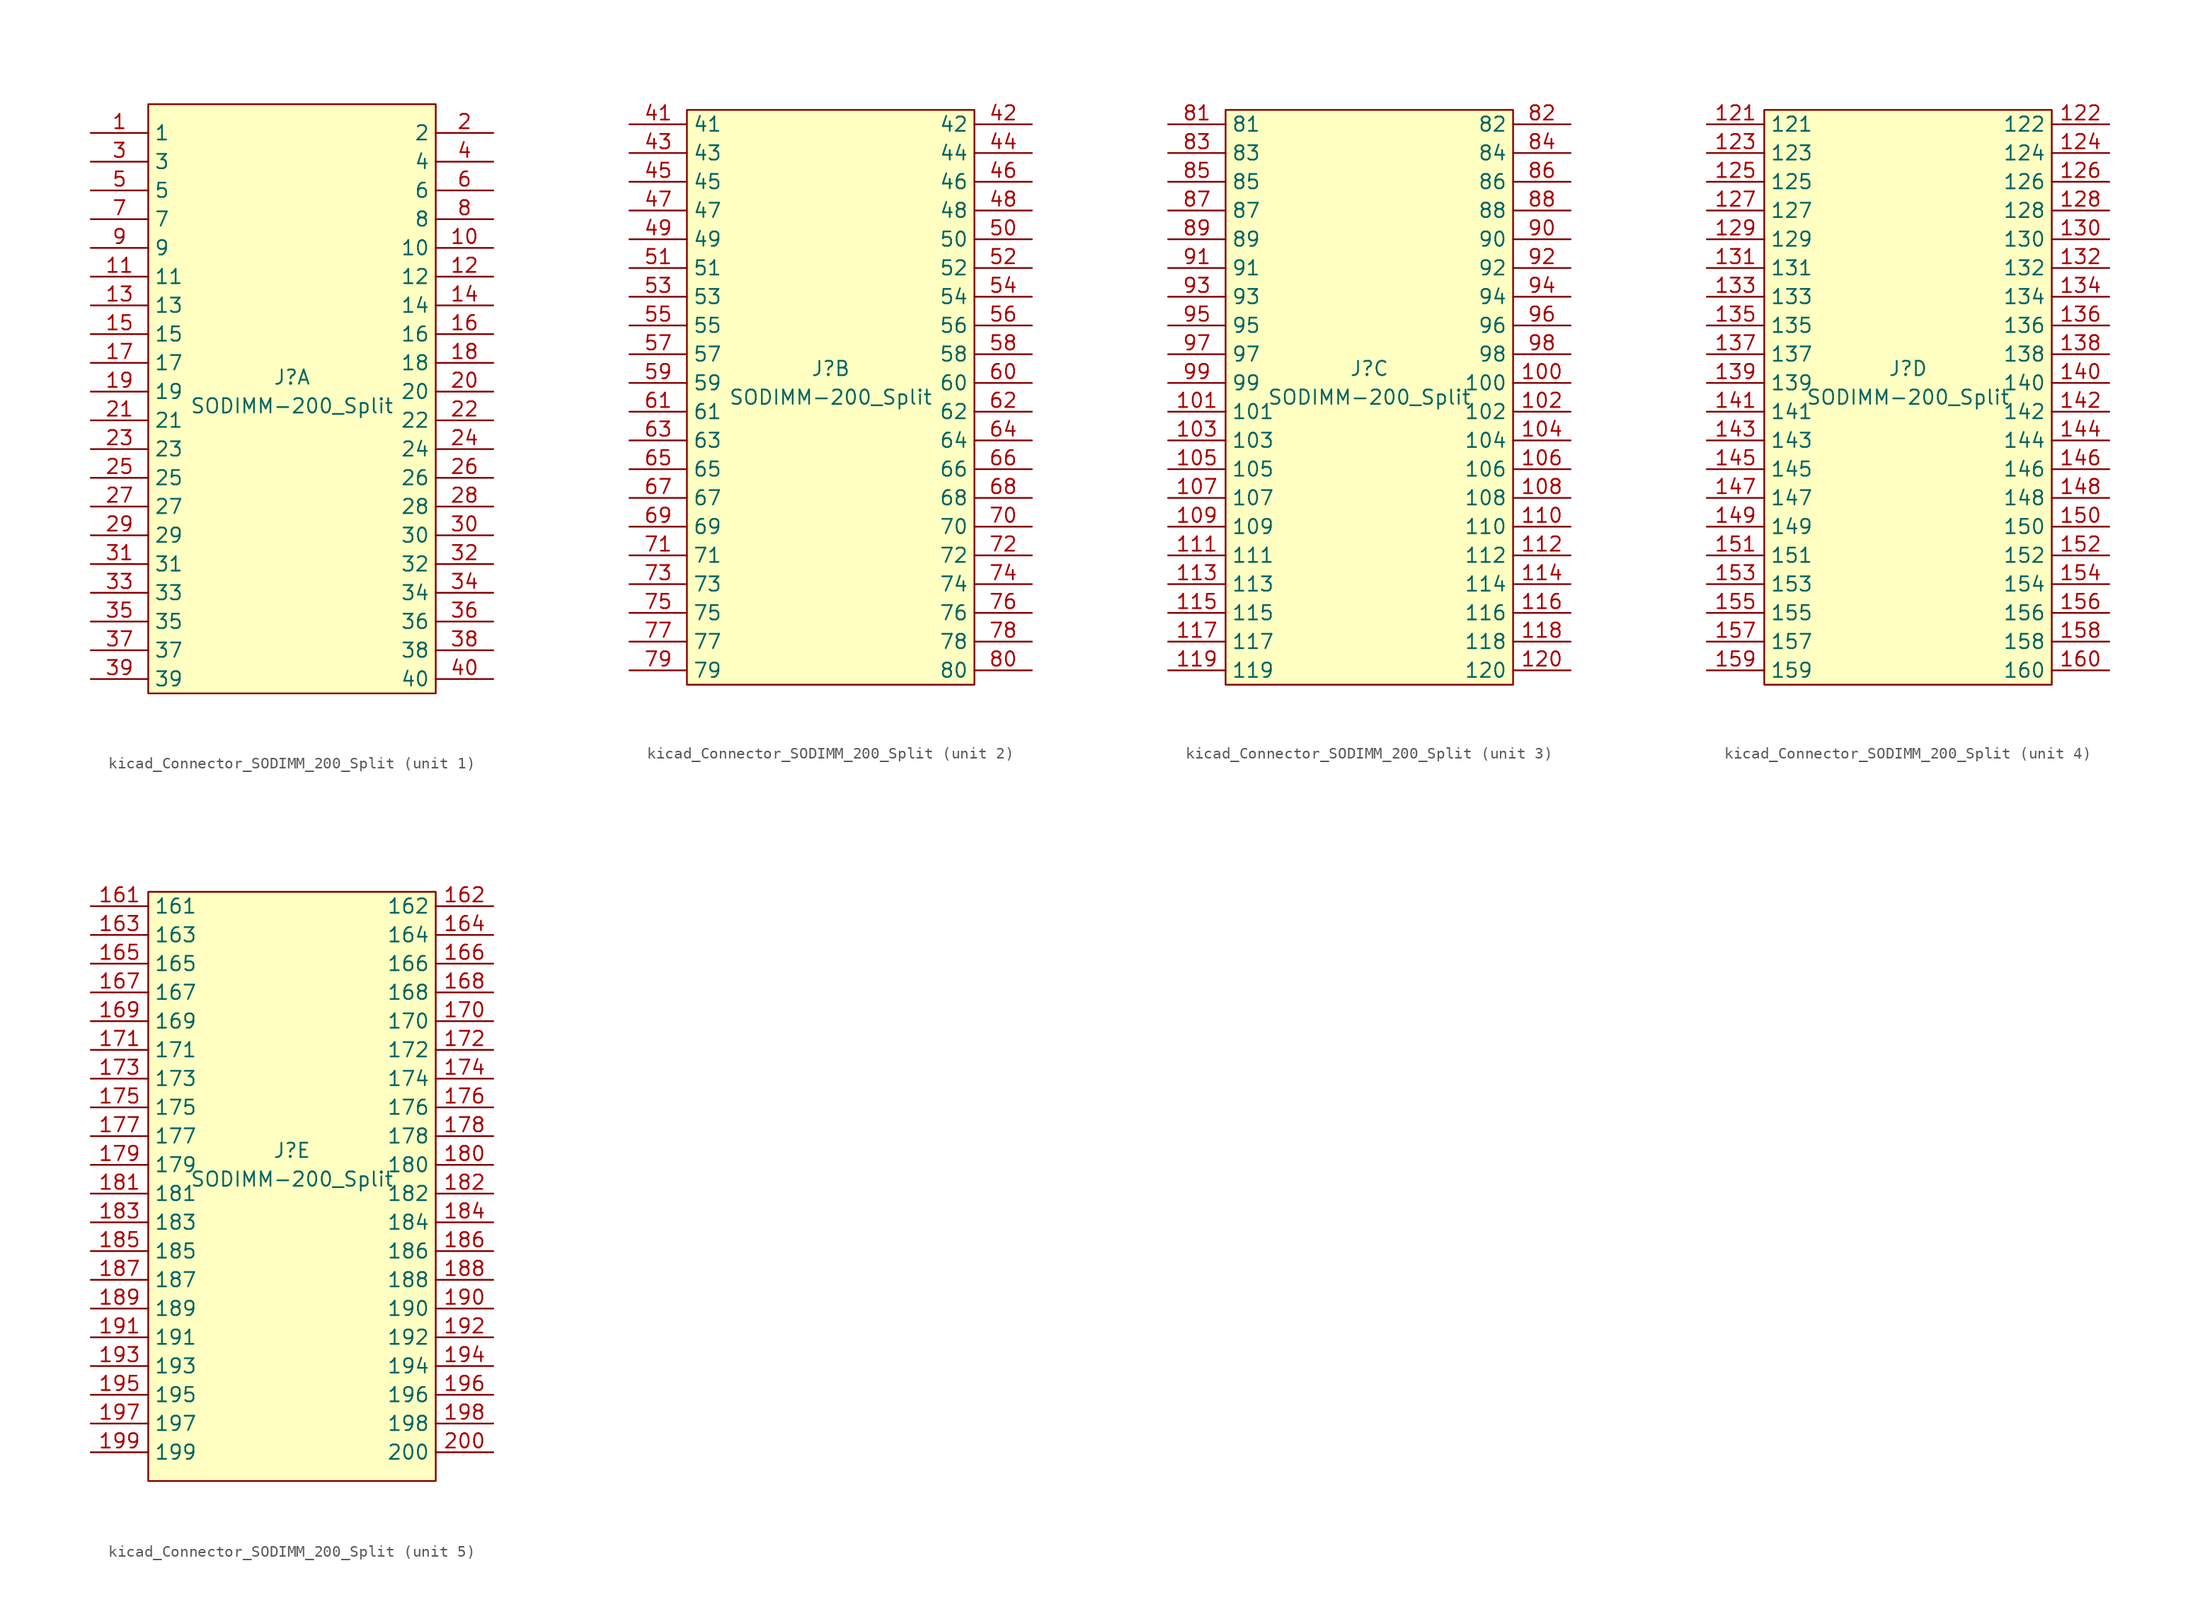
<source format=kicad_sym>
(kicad_symbol_lib
  (version 20220914)
  (generator kicad_symbol_editor)
  (symbol "kicad_Connector_SODIMM_200_Split"
    (property "Reference" "J"
      (at 0 1.27 0)
      (effects (font (size 1.27 1.27))))
    (property "Value" "SODIMM-200_Split"
      (at 0 -1.27 0)
      (effects (font (size 1.27 1.27))))
    (property "ki_locked" ""
      (at 0 0 0)
      (effects (font (size 1.27 1.27))))
    (symbol "kicad_Connector_SODIMM_200_Split_1_1"
      (rectangle (start -12.7 25.4) (end 12.7 -26.67) (stroke (width 0) (type default)) (fill (type background)))
      (pin passive line (at -17.78 22.86 0) (length 5.08) (name "1" (effects (font (size 1.27 1.27)))) (number "1" (effects (font (size 1.27 1.27)))))
      (pin passive line (at 17.78 12.7 180) (length 5.08) (name "10" (effects (font (size 1.27 1.27)))) (number "10" (effects (font (size 1.27 1.27)))))
      (pin passive line (at -17.78 10.16 0) (length 5.08) (name "11" (effects (font (size 1.27 1.27)))) (number "11" (effects (font (size 1.27 1.27)))))
      (pin passive line (at 17.78 10.16 180) (length 5.08) (name "12" (effects (font (size 1.27 1.27)))) (number "12" (effects (font (size 1.27 1.27)))))
      (pin passive line (at -17.78 7.62 0) (length 5.08) (name "13" (effects (font (size 1.27 1.27)))) (number "13" (effects (font (size 1.27 1.27)))))
      (pin passive line (at 17.78 7.62 180) (length 5.08) (name "14" (effects (font (size 1.27 1.27)))) (number "14" (effects (font (size 1.27 1.27)))))
      (pin passive line (at -17.78 5.08 0) (length 5.08) (name "15" (effects (font (size 1.27 1.27)))) (number "15" (effects (font (size 1.27 1.27)))))
      (pin passive line (at 17.78 5.08 180) (length 5.08) (name "16" (effects (font (size 1.27 1.27)))) (number "16" (effects (font (size 1.27 1.27)))))
      (pin passive line (at -17.78 2.54 0) (length 5.08) (name "17" (effects (font (size 1.27 1.27)))) (number "17" (effects (font (size 1.27 1.27)))))
      (pin passive line (at 17.78 2.54 180) (length 5.08) (name "18" (effects (font (size 1.27 1.27)))) (number "18" (effects (font (size 1.27 1.27)))))
      (pin passive line (at -17.78 0 0) (length 5.08) (name "19" (effects (font (size 1.27 1.27)))) (number "19" (effects (font (size 1.27 1.27)))))
      (pin passive line (at 17.78 22.86 180) (length 5.08) (name "2" (effects (font (size 1.27 1.27)))) (number "2" (effects (font (size 1.27 1.27)))))
      (pin passive line (at 17.78 0 180) (length 5.08) (name "20" (effects (font (size 1.27 1.27)))) (number "20" (effects (font (size 1.27 1.27)))))
      (pin passive line (at -17.78 -2.54 0) (length 5.08) (name "21" (effects (font (size 1.27 1.27)))) (number "21" (effects (font (size 1.27 1.27)))))
      (pin passive line (at 17.78 -2.54 180) (length 5.08) (name "22" (effects (font (size 1.27 1.27)))) (number "22" (effects (font (size 1.27 1.27)))))
      (pin passive line (at -17.78 -5.08 0) (length 5.08) (name "23" (effects (font (size 1.27 1.27)))) (number "23" (effects (font (size 1.27 1.27)))))
      (pin passive line (at 17.78 -5.08 180) (length 5.08) (name "24" (effects (font (size 1.27 1.27)))) (number "24" (effects (font (size 1.27 1.27)))))
      (pin passive line (at -17.78 -7.62 0) (length 5.08) (name "25" (effects (font (size 1.27 1.27)))) (number "25" (effects (font (size 1.27 1.27)))))
      (pin passive line (at 17.78 -7.62 180) (length 5.08) (name "26" (effects (font (size 1.27 1.27)))) (number "26" (effects (font (size 1.27 1.27)))))
      (pin passive line (at -17.78 -10.16 0) (length 5.08) (name "27" (effects (font (size 1.27 1.27)))) (number "27" (effects (font (size 1.27 1.27)))))
      (pin passive line (at 17.78 -10.16 180) (length 5.08) (name "28" (effects (font (size 1.27 1.27)))) (number "28" (effects (font (size 1.27 1.27)))))
      (pin passive line (at -17.78 -12.7 0) (length 5.08) (name "29" (effects (font (size 1.27 1.27)))) (number "29" (effects (font (size 1.27 1.27)))))
      (pin passive line (at -17.78 20.32 0) (length 5.08) (name "3" (effects (font (size 1.27 1.27)))) (number "3" (effects (font (size 1.27 1.27)))))
      (pin passive line (at 17.78 -12.7 180) (length 5.08) (name "30" (effects (font (size 1.27 1.27)))) (number "30" (effects (font (size 1.27 1.27)))))
      (pin passive line (at -17.78 -15.24 0) (length 5.08) (name "31" (effects (font (size 1.27 1.27)))) (number "31" (effects (font (size 1.27 1.27)))))
      (pin passive line (at 17.78 -15.24 180) (length 5.08) (name "32" (effects (font (size 1.27 1.27)))) (number "32" (effects (font (size 1.27 1.27)))))
      (pin passive line (at -17.78 -17.78 0) (length 5.08) (name "33" (effects (font (size 1.27 1.27)))) (number "33" (effects (font (size 1.27 1.27)))))
      (pin passive line (at 17.78 -17.78 180) (length 5.08) (name "34" (effects (font (size 1.27 1.27)))) (number "34" (effects (font (size 1.27 1.27)))))
      (pin passive line (at -17.78 -20.32 0) (length 5.08) (name "35" (effects (font (size 1.27 1.27)))) (number "35" (effects (font (size 1.27 1.27)))))
      (pin passive line (at 17.78 -20.32 180) (length 5.08) (name "36" (effects (font (size 1.27 1.27)))) (number "36" (effects (font (size 1.27 1.27)))))
      (pin passive line (at -17.78 -22.86 0) (length 5.08) (name "37" (effects (font (size 1.27 1.27)))) (number "37" (effects (font (size 1.27 1.27)))))
      (pin passive line (at 17.78 -22.86 180) (length 5.08) (name "38" (effects (font (size 1.27 1.27)))) (number "38" (effects (font (size 1.27 1.27)))))
      (pin passive line (at -17.78 -25.4 0) (length 5.08) (name "39" (effects (font (size 1.27 1.27)))) (number "39" (effects (font (size 1.27 1.27)))))
      (pin passive line (at 17.78 20.32 180) (length 5.08) (name "4" (effects (font (size 1.27 1.27)))) (number "4" (effects (font (size 1.27 1.27)))))
      (pin passive line (at 17.78 -25.4 180) (length 5.08) (name "40" (effects (font (size 1.27 1.27)))) (number "40" (effects (font (size 1.27 1.27)))))
      (pin passive line (at -17.78 17.78 0) (length 5.08) (name "5" (effects (font (size 1.27 1.27)))) (number "5" (effects (font (size 1.27 1.27)))))
      (pin passive line (at 17.78 17.78 180) (length 5.08) (name "6" (effects (font (size 1.27 1.27)))) (number "6" (effects (font (size 1.27 1.27)))))
      (pin passive line (at -17.78 15.24 0) (length 5.08) (name "7" (effects (font (size 1.27 1.27)))) (number "7" (effects (font (size 1.27 1.27)))))
      (pin passive line (at 17.78 15.24 180) (length 5.08) (name "8" (effects (font (size 1.27 1.27)))) (number "8" (effects (font (size 1.27 1.27)))))
      (pin passive line (at -17.78 12.7 0) (length 5.08) (name "9" (effects (font (size 1.27 1.27)))) (number "9" (effects (font (size 1.27 1.27))))))
    (symbol "kicad_Connector_SODIMM_200_Split_2_1"
      (rectangle (start -12.7 -26.67) (end 12.7 24.13) (stroke (width 0) (type default)) (fill (type background)))
      (pin passive line (at -17.78 22.86 0) (length 5.08) (name "41" (effects (font (size 1.27 1.27)))) (number "41" (effects (font (size 1.27 1.27)))))
      (pin passive line (at 17.78 22.86 180) (length 5.08) (name "42" (effects (font (size 1.27 1.27)))) (number "42" (effects (font (size 1.27 1.27)))))
      (pin passive line (at -17.78 20.32 0) (length 5.08) (name "43" (effects (font (size 1.27 1.27)))) (number "43" (effects (font (size 1.27 1.27)))))
      (pin passive line (at 17.78 20.32 180) (length 5.08) (name "44" (effects (font (size 1.27 1.27)))) (number "44" (effects (font (size 1.27 1.27)))))
      (pin passive line (at -17.78 17.78 0) (length 5.08) (name "45" (effects (font (size 1.27 1.27)))) (number "45" (effects (font (size 1.27 1.27)))))
      (pin passive line (at 17.78 17.78 180) (length 5.08) (name "46" (effects (font (size 1.27 1.27)))) (number "46" (effects (font (size 1.27 1.27)))))
      (pin passive line (at -17.78 15.24 0) (length 5.08) (name "47" (effects (font (size 1.27 1.27)))) (number "47" (effects (font (size 1.27 1.27)))))
      (pin passive line (at 17.78 15.24 180) (length 5.08) (name "48" (effects (font (size 1.27 1.27)))) (number "48" (effects (font (size 1.27 1.27)))))
      (pin passive line (at -17.78 12.7 0) (length 5.08) (name "49" (effects (font (size 1.27 1.27)))) (number "49" (effects (font (size 1.27 1.27)))))
      (pin passive line (at 17.78 12.7 180) (length 5.08) (name "50" (effects (font (size 1.27 1.27)))) (number "50" (effects (font (size 1.27 1.27)))))
      (pin passive line (at -17.78 10.16 0) (length 5.08) (name "51" (effects (font (size 1.27 1.27)))) (number "51" (effects (font (size 1.27 1.27)))))
      (pin passive line (at 17.78 10.16 180) (length 5.08) (name "52" (effects (font (size 1.27 1.27)))) (number "52" (effects (font (size 1.27 1.27)))))
      (pin passive line (at -17.78 7.62 0) (length 5.08) (name "53" (effects (font (size 1.27 1.27)))) (number "53" (effects (font (size 1.27 1.27)))))
      (pin passive line (at 17.78 7.62 180) (length 5.08) (name "54" (effects (font (size 1.27 1.27)))) (number "54" (effects (font (size 1.27 1.27)))))
      (pin passive line (at -17.78 5.08 0) (length 5.08) (name "55" (effects (font (size 1.27 1.27)))) (number "55" (effects (font (size 1.27 1.27)))))
      (pin passive line (at 17.78 5.08 180) (length 5.08) (name "56" (effects (font (size 1.27 1.27)))) (number "56" (effects (font (size 1.27 1.27)))))
      (pin passive line (at -17.78 2.54 0) (length 5.08) (name "57" (effects (font (size 1.27 1.27)))) (number "57" (effects (font (size 1.27 1.27)))))
      (pin passive line (at 17.78 2.54 180) (length 5.08) (name "58" (effects (font (size 1.27 1.27)))) (number "58" (effects (font (size 1.27 1.27)))))
      (pin passive line (at -17.78 0 0) (length 5.08) (name "59" (effects (font (size 1.27 1.27)))) (number "59" (effects (font (size 1.27 1.27)))))
      (pin passive line (at 17.78 0 180) (length 5.08) (name "60" (effects (font (size 1.27 1.27)))) (number "60" (effects (font (size 1.27 1.27)))))
      (pin passive line (at -17.78 -2.54 0) (length 5.08) (name "61" (effects (font (size 1.27 1.27)))) (number "61" (effects (font (size 1.27 1.27)))))
      (pin passive line (at 17.78 -2.54 180) (length 5.08) (name "62" (effects (font (size 1.27 1.27)))) (number "62" (effects (font (size 1.27 1.27)))))
      (pin passive line (at -17.78 -5.08 0) (length 5.08) (name "63" (effects (font (size 1.27 1.27)))) (number "63" (effects (font (size 1.27 1.27)))))
      (pin passive line (at 17.78 -5.08 180) (length 5.08) (name "64" (effects (font (size 1.27 1.27)))) (number "64" (effects (font (size 1.27 1.27)))))
      (pin passive line (at -17.78 -7.62 0) (length 5.08) (name "65" (effects (font (size 1.27 1.27)))) (number "65" (effects (font (size 1.27 1.27)))))
      (pin passive line (at 17.78 -7.62 180) (length 5.08) (name "66" (effects (font (size 1.27 1.27)))) (number "66" (effects (font (size 1.27 1.27)))))
      (pin passive line (at -17.78 -10.16 0) (length 5.08) (name "67" (effects (font (size 1.27 1.27)))) (number "67" (effects (font (size 1.27 1.27)))))
      (pin passive line (at 17.78 -10.16 180) (length 5.08) (name "68" (effects (font (size 1.27 1.27)))) (number "68" (effects (font (size 1.27 1.27)))))
      (pin passive line (at -17.78 -12.7 0) (length 5.08) (name "69" (effects (font (size 1.27 1.27)))) (number "69" (effects (font (size 1.27 1.27)))))
      (pin passive line (at 17.78 -12.7 180) (length 5.08) (name "70" (effects (font (size 1.27 1.27)))) (number "70" (effects (font (size 1.27 1.27)))))
      (pin passive line (at -17.78 -15.24 0) (length 5.08) (name "71" (effects (font (size 1.27 1.27)))) (number "71" (effects (font (size 1.27 1.27)))))
      (pin passive line (at 17.78 -15.24 180) (length 5.08) (name "72" (effects (font (size 1.27 1.27)))) (number "72" (effects (font (size 1.27 1.27)))))
      (pin passive line (at -17.78 -17.78 0) (length 5.08) (name "73" (effects (font (size 1.27 1.27)))) (number "73" (effects (font (size 1.27 1.27)))))
      (pin passive line (at 17.78 -17.78 180) (length 5.08) (name "74" (effects (font (size 1.27 1.27)))) (number "74" (effects (font (size 1.27 1.27)))))
      (pin passive line (at -17.78 -20.32 0) (length 5.08) (name "75" (effects (font (size 1.27 1.27)))) (number "75" (effects (font (size 1.27 1.27)))))
      (pin passive line (at 17.78 -20.32 180) (length 5.08) (name "76" (effects (font (size 1.27 1.27)))) (number "76" (effects (font (size 1.27 1.27)))))
      (pin passive line (at -17.78 -22.86 0) (length 5.08) (name "77" (effects (font (size 1.27 1.27)))) (number "77" (effects (font (size 1.27 1.27)))))
      (pin passive line (at 17.78 -22.86 180) (length 5.08) (name "78" (effects (font (size 1.27 1.27)))) (number "78" (effects (font (size 1.27 1.27)))))
      (pin passive line (at -17.78 -25.4 0) (length 5.08) (name "79" (effects (font (size 1.27 1.27)))) (number "79" (effects (font (size 1.27 1.27)))))
      (pin passive line (at 17.78 -25.4 180) (length 5.08) (name "80" (effects (font (size 1.27 1.27)))) (number "80" (effects (font (size 1.27 1.27))))))
    (symbol "kicad_Connector_SODIMM_200_Split_3_1"
      (rectangle (start -12.7 24.13) (end 12.7 -26.67) (stroke (width 0) (type default)) (fill (type background)))
      (pin passive line (at 17.78 0 180) (length 5.08) (name "100" (effects (font (size 1.27 1.27)))) (number "100" (effects (font (size 1.27 1.27)))))
      (pin passive line (at -17.78 -2.54 0) (length 5.08) (name "101" (effects (font (size 1.27 1.27)))) (number "101" (effects (font (size 1.27 1.27)))))
      (pin passive line (at 17.78 -2.54 180) (length 5.08) (name "102" (effects (font (size 1.27 1.27)))) (number "102" (effects (font (size 1.27 1.27)))))
      (pin passive line (at -17.78 -5.08 0) (length 5.08) (name "103" (effects (font (size 1.27 1.27)))) (number "103" (effects (font (size 1.27 1.27)))))
      (pin passive line (at 17.78 -5.08 180) (length 5.08) (name "104" (effects (font (size 1.27 1.27)))) (number "104" (effects (font (size 1.27 1.27)))))
      (pin passive line (at -17.78 -7.62 0) (length 5.08) (name "105" (effects (font (size 1.27 1.27)))) (number "105" (effects (font (size 1.27 1.27)))))
      (pin passive line (at 17.78 -7.62 180) (length 5.08) (name "106" (effects (font (size 1.27 1.27)))) (number "106" (effects (font (size 1.27 1.27)))))
      (pin passive line (at -17.78 -10.16 0) (length 5.08) (name "107" (effects (font (size 1.27 1.27)))) (number "107" (effects (font (size 1.27 1.27)))))
      (pin passive line (at 17.78 -10.16 180) (length 5.08) (name "108" (effects (font (size 1.27 1.27)))) (number "108" (effects (font (size 1.27 1.27)))))
      (pin passive line (at -17.78 -12.7 0) (length 5.08) (name "109" (effects (font (size 1.27 1.27)))) (number "109" (effects (font (size 1.27 1.27)))))
      (pin passive line (at 17.78 -12.7 180) (length 5.08) (name "110" (effects (font (size 1.27 1.27)))) (number "110" (effects (font (size 1.27 1.27)))))
      (pin passive line (at -17.78 -15.24 0) (length 5.08) (name "111" (effects (font (size 1.27 1.27)))) (number "111" (effects (font (size 1.27 1.27)))))
      (pin passive line (at 17.78 -15.24 180) (length 5.08) (name "112" (effects (font (size 1.27 1.27)))) (number "112" (effects (font (size 1.27 1.27)))))
      (pin passive line (at -17.78 -17.78 0) (length 5.08) (name "113" (effects (font (size 1.27 1.27)))) (number "113" (effects (font (size 1.27 1.27)))))
      (pin passive line (at 17.78 -17.78 180) (length 5.08) (name "114" (effects (font (size 1.27 1.27)))) (number "114" (effects (font (size 1.27 1.27)))))
      (pin passive line (at -17.78 -20.32 0) (length 5.08) (name "115" (effects (font (size 1.27 1.27)))) (number "115" (effects (font (size 1.27 1.27)))))
      (pin passive line (at 17.78 -20.32 180) (length 5.08) (name "116" (effects (font (size 1.27 1.27)))) (number "116" (effects (font (size 1.27 1.27)))))
      (pin passive line (at -17.78 -22.86 0) (length 5.08) (name "117" (effects (font (size 1.27 1.27)))) (number "117" (effects (font (size 1.27 1.27)))))
      (pin passive line (at 17.78 -22.86 180) (length 5.08) (name "118" (effects (font (size 1.27 1.27)))) (number "118" (effects (font (size 1.27 1.27)))))
      (pin passive line (at -17.78 -25.4 0) (length 5.08) (name "119" (effects (font (size 1.27 1.27)))) (number "119" (effects (font (size 1.27 1.27)))))
      (pin passive line (at 17.78 -25.4 180) (length 5.08) (name "120" (effects (font (size 1.27 1.27)))) (number "120" (effects (font (size 1.27 1.27)))))
      (pin passive line (at -17.78 22.86 0) (length 5.08) (name "81" (effects (font (size 1.27 1.27)))) (number "81" (effects (font (size 1.27 1.27)))))
      (pin passive line (at 17.78 22.86 180) (length 5.08) (name "82" (effects (font (size 1.27 1.27)))) (number "82" (effects (font (size 1.27 1.27)))))
      (pin passive line (at -17.78 20.32 0) (length 5.08) (name "83" (effects (font (size 1.27 1.27)))) (number "83" (effects (font (size 1.27 1.27)))))
      (pin passive line (at 17.78 20.32 180) (length 5.08) (name "84" (effects (font (size 1.27 1.27)))) (number "84" (effects (font (size 1.27 1.27)))))
      (pin passive line (at -17.78 17.78 0) (length 5.08) (name "85" (effects (font (size 1.27 1.27)))) (number "85" (effects (font (size 1.27 1.27)))))
      (pin passive line (at 17.78 17.78 180) (length 5.08) (name "86" (effects (font (size 1.27 1.27)))) (number "86" (effects (font (size 1.27 1.27)))))
      (pin passive line (at -17.78 15.24 0) (length 5.08) (name "87" (effects (font (size 1.27 1.27)))) (number "87" (effects (font (size 1.27 1.27)))))
      (pin passive line (at 17.78 15.24 180) (length 5.08) (name "88" (effects (font (size 1.27 1.27)))) (number "88" (effects (font (size 1.27 1.27)))))
      (pin passive line (at -17.78 12.7 0) (length 5.08) (name "89" (effects (font (size 1.27 1.27)))) (number "89" (effects (font (size 1.27 1.27)))))
      (pin passive line (at 17.78 12.7 180) (length 5.08) (name "90" (effects (font (size 1.27 1.27)))) (number "90" (effects (font (size 1.27 1.27)))))
      (pin passive line (at -17.78 10.16 0) (length 5.08) (name "91" (effects (font (size 1.27 1.27)))) (number "91" (effects (font (size 1.27 1.27)))))
      (pin passive line (at 17.78 10.16 180) (length 5.08) (name "92" (effects (font (size 1.27 1.27)))) (number "92" (effects (font (size 1.27 1.27)))))
      (pin passive line (at -17.78 7.62 0) (length 5.08) (name "93" (effects (font (size 1.27 1.27)))) (number "93" (effects (font (size 1.27 1.27)))))
      (pin passive line (at 17.78 7.62 180) (length 5.08) (name "94" (effects (font (size 1.27 1.27)))) (number "94" (effects (font (size 1.27 1.27)))))
      (pin passive line (at -17.78 5.08 0) (length 5.08) (name "95" (effects (font (size 1.27 1.27)))) (number "95" (effects (font (size 1.27 1.27)))))
      (pin passive line (at 17.78 5.08 180) (length 5.08) (name "96" (effects (font (size 1.27 1.27)))) (number "96" (effects (font (size 1.27 1.27)))))
      (pin passive line (at -17.78 2.54 0) (length 5.08) (name "97" (effects (font (size 1.27 1.27)))) (number "97" (effects (font (size 1.27 1.27)))))
      (pin passive line (at 17.78 2.54 180) (length 5.08) (name "98" (effects (font (size 1.27 1.27)))) (number "98" (effects (font (size 1.27 1.27)))))
      (pin passive line (at -17.78 0 0) (length 5.08) (name "99" (effects (font (size 1.27 1.27)))) (number "99" (effects (font (size 1.27 1.27))))))
    (symbol "kicad_Connector_SODIMM_200_Split_4_1"
      (rectangle (start -12.7 24.13) (end 12.7 -26.67) (stroke (width 0) (type default)) (fill (type background)))
      (pin passive line (at -17.78 22.86 0) (length 5.08) (name "121" (effects (font (size 1.27 1.27)))) (number "121" (effects (font (size 1.27 1.27)))))
      (pin passive line (at 17.78 22.86 180) (length 5.08) (name "122" (effects (font (size 1.27 1.27)))) (number "122" (effects (font (size 1.27 1.27)))))
      (pin passive line (at -17.78 20.32 0) (length 5.08) (name "123" (effects (font (size 1.27 1.27)))) (number "123" (effects (font (size 1.27 1.27)))))
      (pin passive line (at 17.78 20.32 180) (length 5.08) (name "124" (effects (font (size 1.27 1.27)))) (number "124" (effects (font (size 1.27 1.27)))))
      (pin passive line (at -17.78 17.78 0) (length 5.08) (name "125" (effects (font (size 1.27 1.27)))) (number "125" (effects (font (size 1.27 1.27)))))
      (pin passive line (at 17.78 17.78 180) (length 5.08) (name "126" (effects (font (size 1.27 1.27)))) (number "126" (effects (font (size 1.27 1.27)))))
      (pin passive line (at -17.78 15.24 0) (length 5.08) (name "127" (effects (font (size 1.27 1.27)))) (number "127" (effects (font (size 1.27 1.27)))))
      (pin passive line (at 17.78 15.24 180) (length 5.08) (name "128" (effects (font (size 1.27 1.27)))) (number "128" (effects (font (size 1.27 1.27)))))
      (pin passive line (at -17.78 12.7 0) (length 5.08) (name "129" (effects (font (size 1.27 1.27)))) (number "129" (effects (font (size 1.27 1.27)))))
      (pin passive line (at 17.78 12.7 180) (length 5.08) (name "130" (effects (font (size 1.27 1.27)))) (number "130" (effects (font (size 1.27 1.27)))))
      (pin passive line (at -17.78 10.16 0) (length 5.08) (name "131" (effects (font (size 1.27 1.27)))) (number "131" (effects (font (size 1.27 1.27)))))
      (pin passive line (at 17.78 10.16 180) (length 5.08) (name "132" (effects (font (size 1.27 1.27)))) (number "132" (effects (font (size 1.27 1.27)))))
      (pin passive line (at -17.78 7.62 0) (length 5.08) (name "133" (effects (font (size 1.27 1.27)))) (number "133" (effects (font (size 1.27 1.27)))))
      (pin passive line (at 17.78 7.62 180) (length 5.08) (name "134" (effects (font (size 1.27 1.27)))) (number "134" (effects (font (size 1.27 1.27)))))
      (pin passive line (at -17.78 5.08 0) (length 5.08) (name "135" (effects (font (size 1.27 1.27)))) (number "135" (effects (font (size 1.27 1.27)))))
      (pin passive line (at 17.78 5.08 180) (length 5.08) (name "136" (effects (font (size 1.27 1.27)))) (number "136" (effects (font (size 1.27 1.27)))))
      (pin passive line (at -17.78 2.54 0) (length 5.08) (name "137" (effects (font (size 1.27 1.27)))) (number "137" (effects (font (size 1.27 1.27)))))
      (pin passive line (at 17.78 2.54 180) (length 5.08) (name "138" (effects (font (size 1.27 1.27)))) (number "138" (effects (font (size 1.27 1.27)))))
      (pin passive line (at -17.78 0 0) (length 5.08) (name "139" (effects (font (size 1.27 1.27)))) (number "139" (effects (font (size 1.27 1.27)))))
      (pin passive line (at 17.78 0 180) (length 5.08) (name "140" (effects (font (size 1.27 1.27)))) (number "140" (effects (font (size 1.27 1.27)))))
      (pin passive line (at -17.78 -2.54 0) (length 5.08) (name "141" (effects (font (size 1.27 1.27)))) (number "141" (effects (font (size 1.27 1.27)))))
      (pin passive line (at 17.78 -2.54 180) (length 5.08) (name "142" (effects (font (size 1.27 1.27)))) (number "142" (effects (font (size 1.27 1.27)))))
      (pin passive line (at -17.78 -5.08 0) (length 5.08) (name "143" (effects (font (size 1.27 1.27)))) (number "143" (effects (font (size 1.27 1.27)))))
      (pin passive line (at 17.78 -5.08 180) (length 5.08) (name "144" (effects (font (size 1.27 1.27)))) (number "144" (effects (font (size 1.27 1.27)))))
      (pin passive line (at -17.78 -7.62 0) (length 5.08) (name "145" (effects (font (size 1.27 1.27)))) (number "145" (effects (font (size 1.27 1.27)))))
      (pin passive line (at 17.78 -7.62 180) (length 5.08) (name "146" (effects (font (size 1.27 1.27)))) (number "146" (effects (font (size 1.27 1.27)))))
      (pin passive line (at -17.78 -10.16 0) (length 5.08) (name "147" (effects (font (size 1.27 1.27)))) (number "147" (effects (font (size 1.27 1.27)))))
      (pin passive line (at 17.78 -10.16 180) (length 5.08) (name "148" (effects (font (size 1.27 1.27)))) (number "148" (effects (font (size 1.27 1.27)))))
      (pin passive line (at -17.78 -12.7 0) (length 5.08) (name "149" (effects (font (size 1.27 1.27)))) (number "149" (effects (font (size 1.27 1.27)))))
      (pin passive line (at 17.78 -12.7 180) (length 5.08) (name "150" (effects (font (size 1.27 1.27)))) (number "150" (effects (font (size 1.27 1.27)))))
      (pin passive line (at -17.78 -15.24 0) (length 5.08) (name "151" (effects (font (size 1.27 1.27)))) (number "151" (effects (font (size 1.27 1.27)))))
      (pin passive line (at 17.78 -15.24 180) (length 5.08) (name "152" (effects (font (size 1.27 1.27)))) (number "152" (effects (font (size 1.27 1.27)))))
      (pin passive line (at -17.78 -17.78 0) (length 5.08) (name "153" (effects (font (size 1.27 1.27)))) (number "153" (effects (font (size 1.27 1.27)))))
      (pin passive line (at 17.78 -17.78 180) (length 5.08) (name "154" (effects (font (size 1.27 1.27)))) (number "154" (effects (font (size 1.27 1.27)))))
      (pin passive line (at -17.78 -20.32 0) (length 5.08) (name "155" (effects (font (size 1.27 1.27)))) (number "155" (effects (font (size 1.27 1.27)))))
      (pin passive line (at 17.78 -20.32 180) (length 5.08) (name "156" (effects (font (size 1.27 1.27)))) (number "156" (effects (font (size 1.27 1.27)))))
      (pin passive line (at -17.78 -22.86 0) (length 5.08) (name "157" (effects (font (size 1.27 1.27)))) (number "157" (effects (font (size 1.27 1.27)))))
      (pin passive line (at 17.78 -22.86 180) (length 5.08) (name "158" (effects (font (size 1.27 1.27)))) (number "158" (effects (font (size 1.27 1.27)))))
      (pin passive line (at -17.78 -25.4 0) (length 5.08) (name "159" (effects (font (size 1.27 1.27)))) (number "159" (effects (font (size 1.27 1.27)))))
      (pin passive line (at 17.78 -25.4 180) (length 5.08) (name "160" (effects (font (size 1.27 1.27)))) (number "160" (effects (font (size 1.27 1.27))))))
    (symbol "kicad_Connector_SODIMM_200_Split_5_1"
      (rectangle (start -12.7 24.13) (end 12.7 -27.94) (stroke (width 0) (type default)) (fill (type background)))
      (pin passive line (at -17.78 22.86 0) (length 5.08) (name "161" (effects (font (size 1.27 1.27)))) (number "161" (effects (font (size 1.27 1.27)))))
      (pin passive line (at 17.78 22.86 180) (length 5.08) (name "162" (effects (font (size 1.27 1.27)))) (number "162" (effects (font (size 1.27 1.27)))))
      (pin passive line (at -17.78 20.32 0) (length 5.08) (name "163" (effects (font (size 1.27 1.27)))) (number "163" (effects (font (size 1.27 1.27)))))
      (pin passive line (at 17.78 20.32 180) (length 5.08) (name "164" (effects (font (size 1.27 1.27)))) (number "164" (effects (font (size 1.27 1.27)))))
      (pin passive line (at -17.78 17.78 0) (length 5.08) (name "165" (effects (font (size 1.27 1.27)))) (number "165" (effects (font (size 1.27 1.27)))))
      (pin passive line (at 17.78 17.78 180) (length 5.08) (name "166" (effects (font (size 1.27 1.27)))) (number "166" (effects (font (size 1.27 1.27)))))
      (pin passive line (at -17.78 15.24 0) (length 5.08) (name "167" (effects (font (size 1.27 1.27)))) (number "167" (effects (font (size 1.27 1.27)))))
      (pin passive line (at 17.78 15.24 180) (length 5.08) (name "168" (effects (font (size 1.27 1.27)))) (number "168" (effects (font (size 1.27 1.27)))))
      (pin passive line (at -17.78 12.7 0) (length 5.08) (name "169" (effects (font (size 1.27 1.27)))) (number "169" (effects (font (size 1.27 1.27)))))
      (pin passive line (at 17.78 12.7 180) (length 5.08) (name "170" (effects (font (size 1.27 1.27)))) (number "170" (effects (font (size 1.27 1.27)))))
      (pin passive line (at -17.78 10.16 0) (length 5.08) (name "171" (effects (font (size 1.27 1.27)))) (number "171" (effects (font (size 1.27 1.27)))))
      (pin passive line (at 17.78 10.16 180) (length 5.08) (name "172" (effects (font (size 1.27 1.27)))) (number "172" (effects (font (size 1.27 1.27)))))
      (pin passive line (at -17.78 7.62 0) (length 5.08) (name "173" (effects (font (size 1.27 1.27)))) (number "173" (effects (font (size 1.27 1.27)))))
      (pin passive line (at 17.78 7.62 180) (length 5.08) (name "174" (effects (font (size 1.27 1.27)))) (number "174" (effects (font (size 1.27 1.27)))))
      (pin passive line (at -17.78 5.08 0) (length 5.08) (name "175" (effects (font (size 1.27 1.27)))) (number "175" (effects (font (size 1.27 1.27)))))
      (pin passive line (at 17.78 5.08 180) (length 5.08) (name "176" (effects (font (size 1.27 1.27)))) (number "176" (effects (font (size 1.27 1.27)))))
      (pin passive line (at -17.78 2.54 0) (length 5.08) (name "177" (effects (font (size 1.27 1.27)))) (number "177" (effects (font (size 1.27 1.27)))))
      (pin passive line (at 17.78 2.54 180) (length 5.08) (name "178" (effects (font (size 1.27 1.27)))) (number "178" (effects (font (size 1.27 1.27)))))
      (pin passive line (at -17.78 0 0) (length 5.08) (name "179" (effects (font (size 1.27 1.27)))) (number "179" (effects (font (size 1.27 1.27)))))
      (pin passive line (at 17.78 0 180) (length 5.08) (name "180" (effects (font (size 1.27 1.27)))) (number "180" (effects (font (size 1.27 1.27)))))
      (pin passive line (at -17.78 -2.54 0) (length 5.08) (name "181" (effects (font (size 1.27 1.27)))) (number "181" (effects (font (size 1.27 1.27)))))
      (pin passive line (at 17.78 -2.54 180) (length 5.08) (name "182" (effects (font (size 1.27 1.27)))) (number "182" (effects (font (size 1.27 1.27)))))
      (pin passive line (at -17.78 -5.08 0) (length 5.08) (name "183" (effects (font (size 1.27 1.27)))) (number "183" (effects (font (size 1.27 1.27)))))
      (pin passive line (at 17.78 -5.08 180) (length 5.08) (name "184" (effects (font (size 1.27 1.27)))) (number "184" (effects (font (size 1.27 1.27)))))
      (pin passive line (at -17.78 -7.62 0) (length 5.08) (name "185" (effects (font (size 1.27 1.27)))) (number "185" (effects (font (size 1.27 1.27)))))
      (pin passive line (at 17.78 -7.62 180) (length 5.08) (name "186" (effects (font (size 1.27 1.27)))) (number "186" (effects (font (size 1.27 1.27)))))
      (pin passive line (at -17.78 -10.16 0) (length 5.08) (name "187" (effects (font (size 1.27 1.27)))) (number "187" (effects (font (size 1.27 1.27)))))
      (pin passive line (at 17.78 -10.16 180) (length 5.08) (name "188" (effects (font (size 1.27 1.27)))) (number "188" (effects (font (size 1.27 1.27)))))
      (pin passive line (at -17.78 -12.7 0) (length 5.08) (name "189" (effects (font (size 1.27 1.27)))) (number "189" (effects (font (size 1.27 1.27)))))
      (pin passive line (at 17.78 -12.7 180) (length 5.08) (name "190" (effects (font (size 1.27 1.27)))) (number "190" (effects (font (size 1.27 1.27)))))
      (pin passive line (at -17.78 -15.24 0) (length 5.08) (name "191" (effects (font (size 1.27 1.27)))) (number "191" (effects (font (size 1.27 1.27)))))
      (pin passive line (at 17.78 -15.24 180) (length 5.08) (name "192" (effects (font (size 1.27 1.27)))) (number "192" (effects (font (size 1.27 1.27)))))
      (pin passive line (at -17.78 -17.78 0) (length 5.08) (name "193" (effects (font (size 1.27 1.27)))) (number "193" (effects (font (size 1.27 1.27)))))
      (pin passive line (at 17.78 -17.78 180) (length 5.08) (name "194" (effects (font (size 1.27 1.27)))) (number "194" (effects (font (size 1.27 1.27)))))
      (pin passive line (at -17.78 -20.32 0) (length 5.08) (name "195" (effects (font (size 1.27 1.27)))) (number "195" (effects (font (size 1.27 1.27)))))
      (pin passive line (at 17.78 -20.32 180) (length 5.08) (name "196" (effects (font (size 1.27 1.27)))) (number "196" (effects (font (size 1.27 1.27)))))
      (pin passive line (at -17.78 -22.86 0) (length 5.08) (name "197" (effects (font (size 1.27 1.27)))) (number "197" (effects (font (size 1.27 1.27)))))
      (pin passive line (at 17.78 -22.86 180) (length 5.08) (name "198" (effects (font (size 1.27 1.27)))) (number "198" (effects (font (size 1.27 1.27)))))
      (pin passive line (at -17.78 -25.4 0) (length 5.08) (name "199" (effects (font (size 1.27 1.27)))) (number "199" (effects (font (size 1.27 1.27)))))
      (pin passive line (at 17.78 -25.4 180) (length 5.08) (name "200" (effects (font (size 1.27 1.27)))) (number "200" (effects (font (size 1.27 1.27))))))))
</source>
